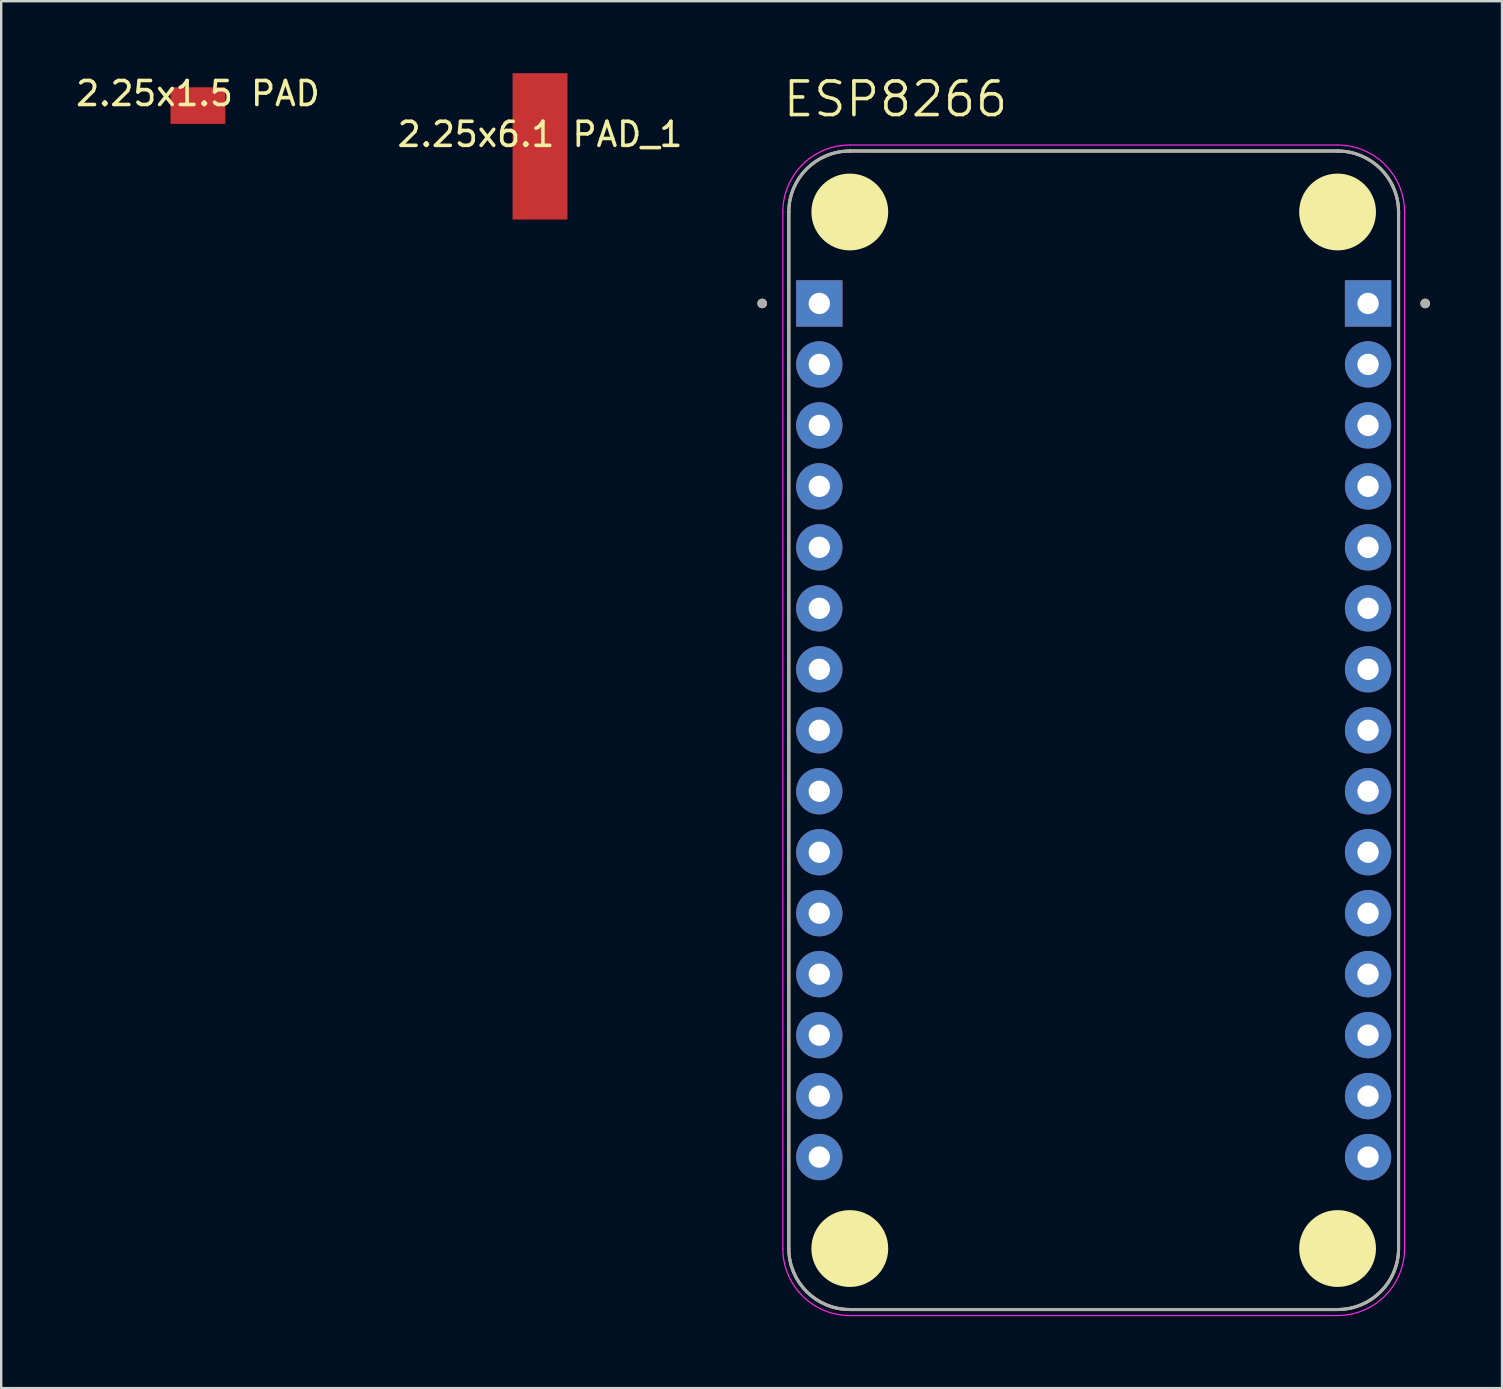
<source format=kicad_pcb>
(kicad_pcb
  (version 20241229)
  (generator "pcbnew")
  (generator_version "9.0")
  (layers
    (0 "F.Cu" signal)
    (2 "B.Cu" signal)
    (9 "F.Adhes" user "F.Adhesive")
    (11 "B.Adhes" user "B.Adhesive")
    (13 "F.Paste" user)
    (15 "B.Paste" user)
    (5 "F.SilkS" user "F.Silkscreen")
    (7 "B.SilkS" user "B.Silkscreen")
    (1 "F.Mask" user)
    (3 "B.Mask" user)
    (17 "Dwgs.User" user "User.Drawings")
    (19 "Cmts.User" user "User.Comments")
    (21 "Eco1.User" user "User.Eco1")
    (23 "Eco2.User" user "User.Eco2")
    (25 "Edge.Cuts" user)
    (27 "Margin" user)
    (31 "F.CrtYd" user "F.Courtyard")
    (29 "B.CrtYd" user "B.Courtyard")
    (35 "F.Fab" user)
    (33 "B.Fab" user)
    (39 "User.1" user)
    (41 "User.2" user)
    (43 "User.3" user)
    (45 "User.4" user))
  (footprint "2.25x6.1 PAD_1"
    (layer "F.Cu")
    (at 19.446 3.048)
    (property "Reference" "2.25x6.1 PAD_1" (at 0 -0.5 0) (unlocked yes) (layer "F.SilkS") (effects (font (size 1 1) (thickness 0.15))))
    (attr smd)
    (pad "" smd rect (at 0 0) (size 2.286 6.096) (layers "F.Cu" "F.Mask" "F.Paste")))
  (footprint "2.25x1.5 PAD"
    (layer "F.Cu")
    (at 5.196 1.348)
    (property "Reference" "2.25x1.5 PAD" (at 0 -0.5 0) (unlocked yes) (layer "F.SilkS") (effects (font (size 1 1) (thickness 0.15))))
    (attr smd)
    (pad "" smd rect (at 0 0) (size 2.286 1.524) (layers "F.Cu" "F.Mask" "F.Paste")))
  (footprint "ESP8266"
    (layer "F.Cu")
    (at 42.51 27.371)
    (property "Reference" "ESP8266" (at -8.255 -26.289 0) (layer "F.SilkS") (effects (font (size 1.4 1.4) (thickness 0.15))))
    (attr through_hole)
    (fp_line (start -12.7 21.59) (end -12.7 -21.59) (stroke (width 0.127) (type solid)) (layer "F.SilkS"))
    (fp_line (start -10.16 -24.13) (end 10.16 -24.13) (stroke (width 0.127) (type solid)) (layer "F.SilkS"))
    (fp_line (start 10.16 24.13) (end -10.16 24.13) (stroke (width 0.127) (type solid)) (layer "F.SilkS"))
    (fp_line (start 12.7 -21.59) (end 12.7 21.59) (stroke (width 0.127) (type solid)) (layer "F.SilkS"))
    (fp_arc (start -12.7 -21.59) (mid -11.956051 -23.386051) (end -10.16 -24.13) (stroke (width 0.127) (type solid)) (layer "F.SilkS"))
    (fp_arc (start -10.16 24.13) (mid -11.956051 23.386051) (end -12.7 21.59) (stroke (width 0.127) (type solid)) (layer "F.SilkS"))
    (fp_arc (start 10.16 -24.13) (mid 11.956051 -23.386051) (end 12.7 -21.59) (stroke (width 0.127) (type solid)) (layer "F.SilkS"))
    (fp_arc (start 12.7 21.59) (mid 11.956051 23.386051) (end 10.16 24.13) (stroke (width 0.127) (type solid)) (layer "F.SilkS"))
    (fp_circle (center -13.81 -17.78) (end -13.71 -17.78) (stroke (width 0.2) (type solid)) (fill no) (layer "F.SilkS"))
    (fp_circle (center 13.81 -17.78) (end 13.91 -17.78) (stroke (width 0.2) (type solid)) (fill no) (layer "F.SilkS"))
    (fp_line (start -12.95 21.59) (end -12.95 -21.59) (stroke (width 0.05) (type solid)) (layer "F.CrtYd"))
    (fp_line (start -10.16 -24.38) (end 10.16 -24.38) (stroke (width 0.05) (type solid)) (layer "F.CrtYd"))
    (fp_line (start 10.16 24.38) (end -10.16 24.38) (stroke (width 0.05) (type solid)) (layer "F.CrtYd"))
    (fp_line (start 12.95 -21.59) (end 12.95 21.59) (stroke (width 0.05) (type solid)) (layer "F.CrtYd"))
    (fp_arc (start -12.95 -21.59) (mid -12.132828 -23.562828) (end -10.16 -24.38) (stroke (width 0.05) (type solid)) (layer "F.CrtYd"))
    (fp_arc (start -10.16 24.38) (mid -12.132828 23.562828) (end -12.95 21.59) (stroke (width 0.05) (type solid)) (layer "F.CrtYd"))
    (fp_arc (start 10.16 -24.38) (mid 12.132828 -23.562828) (end 12.95 -21.59) (stroke (width 0.05) (type solid)) (layer "F.CrtYd"))
    (fp_arc (start 12.95 21.59) (mid 12.132828 23.562828) (end 10.16 24.38) (stroke (width 0.05) (type solid)) (layer "F.CrtYd"))
    (fp_line (start -12.7 21.59) (end -12.7 -21.59) (stroke (width 0.127) (type solid)) (layer "F.Fab"))
    (fp_line (start -10.16 -24.13) (end 10.16 -24.13) (stroke (width 0.127) (type solid)) (layer "F.Fab"))
    (fp_line (start 10.16 24.13) (end -10.16 24.13) (stroke (width 0.127) (type solid)) (layer "F.Fab"))
    (fp_line (start 12.7 -21.59) (end 12.7 21.59) (stroke (width 0.127) (type solid)) (layer "F.Fab"))
    (fp_arc (start -12.7 -21.59) (mid -11.956051 -23.386051) (end -10.16 -24.13) (stroke (width 0.127) (type solid)) (layer "F.Fab"))
    (fp_arc (start -10.16 24.13) (mid -11.956051 23.386051) (end -12.7 21.59) (stroke (width 0.127) (type solid)) (layer "F.Fab"))
    (fp_arc (start 10.16 -24.13) (mid 11.956051 -23.386051) (end 12.7 -21.59) (stroke (width 0.127) (type solid)) (layer "F.Fab"))
    (fp_arc (start 12.7 21.59) (mid 11.956051 23.386051) (end 10.16 24.13) (stroke (width 0.127) (type solid)) (layer "F.Fab"))
    (fp_circle (center -13.81 -17.78) (end -13.71 -17.78) (stroke (width 0.2) (type solid)) (fill no) (layer "F.Fab"))
    (fp_circle (center 13.81 -17.78) (end 13.91 -17.78) (stroke (width 0.2) (type solid)) (fill no) (layer "F.Fab"))
    (pad "" smd circle (at -10.16 -21.59) (size 3.2 3.2) (layers "F.SilkS"))
    (pad "" smd circle (at -10.16 21.59) (size 3.2 3.2) (layers "F.SilkS"))
    (pad "" smd circle (at 10.16 -21.59) (size 3.2 3.2) (layers "F.SilkS"))
    (pad "" smd circle (at 10.16 21.59) (size 3.2 3.2) (layers "F.SilkS"))
    (pad "J1_1" thru_hole rect (at -11.43 -17.78) (size 1.93 1.93) (drill 0.889) (layers "*.Cu" "*.Mask"))
    (pad "J1_2" thru_hole circle (at -11.43 -15.24) (size 1.93 1.93) (drill 0.889) (layers "*.Cu" "*.Mask"))
    (pad "J1_3" thru_hole circle (at -11.43 -12.7) (size 1.93 1.93) (drill 0.889) (layers "*.Cu" "*.Mask"))
    (pad "J1_4" thru_hole circle (at -11.43 -10.16) (size 1.93 1.93) (drill 0.889) (layers "*.Cu" "*.Mask"))
    (pad "J1_5" thru_hole circle (at -11.43 -7.62) (size 1.93 1.93) (drill 0.889) (layers "*.Cu" "*.Mask"))
    (pad "J1_6" thru_hole circle (at -11.43 -5.08) (size 1.93 1.93) (drill 0.889) (layers "*.Cu" "*.Mask"))
    (pad "J1_7" thru_hole circle (at -11.43 -2.54) (size 1.93 1.93) (drill 0.889) (layers "*.Cu" "*.Mask"))
    (pad "J1_8" thru_hole circle (at -11.43 0) (size 1.93 1.93) (drill 0.889) (layers "*.Cu" "*.Mask"))
    (pad "J1_9" thru_hole circle (at -11.43 2.54) (size 1.93 1.93) (drill 0.889) (layers "*.Cu" "*.Mask"))
    (pad "J1_10" thru_hole circle (at -11.43 5.08) (size 1.93 1.93) (drill 0.889) (layers "*.Cu" "*.Mask"))
    (pad "J1_11" thru_hole circle (at -11.43 7.62) (size 1.93 1.93) (drill 0.889) (layers "*.Cu" "*.Mask"))
    (pad "J1_12" thru_hole circle (at -11.43 10.16) (size 1.93 1.93) (drill 0.889) (layers "*.Cu" "*.Mask"))
    (pad "J1_13" thru_hole circle (at -11.43 12.7) (size 1.93 1.93) (drill 0.889) (layers "*.Cu" "*.Mask"))
    (pad "J1_14" thru_hole circle (at -11.43 15.24) (size 1.93 1.93) (drill 0.889) (layers "*.Cu" "*.Mask"))
    (pad "J1_15" thru_hole circle (at -11.43 17.78) (size 1.93 1.93) (drill 0.889) (layers "*.Cu" "*.Mask"))
    (pad "J2_1" thru_hole rect (at 11.43 -17.78) (size 1.93 1.93) (drill 0.889) (layers "*.Cu" "*.Mask"))
    (pad "J2_2" thru_hole circle (at 11.43 -15.24) (size 1.93 1.93) (drill 0.889) (layers "*.Cu" "*.Mask"))
    (pad "J2_3" thru_hole circle (at 11.43 -12.7) (size 1.93 1.93) (drill 0.889) (layers "*.Cu" "*.Mask"))
    (pad "J2_4" thru_hole circle (at 11.43 -10.16) (size 1.93 1.93) (drill 0.889) (layers "*.Cu" "*.Mask"))
    (pad "J2_5" thru_hole circle (at 11.43 -7.62) (size 1.93 1.93) (drill 0.889) (layers "*.Cu" "*.Mask"))
    (pad "J2_6" thru_hole circle (at 11.43 -5.08) (size 1.93 1.93) (drill 0.889) (layers "*.Cu" "*.Mask"))
    (pad "J2_7" thru_hole circle (at 11.43 -2.54) (size 1.93 1.93) (drill 0.889) (layers "*.Cu" "*.Mask"))
    (pad "J2_8" thru_hole circle (at 11.43 0) (size 1.93 1.93) (drill 0.889) (layers "*.Cu" "*.Mask"))
    (pad "J2_9" thru_hole circle (at 11.43 2.54) (size 1.93 1.93) (drill 0.889) (layers "*.Cu" "*.Mask"))
    (pad "J2_10" thru_hole circle (at 11.43 5.08) (size 1.93 1.93) (drill 0.889) (layers "*.Cu" "*.Mask"))
    (pad "J2_11" thru_hole circle (at 11.43 7.62) (size 1.93 1.93) (drill 0.889) (layers "*.Cu" "*.Mask"))
    (pad "J2_12" thru_hole circle (at 11.43 10.16) (size 1.93 1.93) (drill 0.889) (layers "*.Cu" "*.Mask"))
    (pad "J2_13" thru_hole circle (at 11.43 12.7) (size 1.93 1.93) (drill 0.889) (layers "*.Cu" "*.Mask"))
    (pad "J2_14" thru_hole circle (at 11.43 15.24) (size 1.93 1.93) (drill 0.889) (layers "*.Cu" "*.Mask"))
    (pad "J2_15" thru_hole circle (at 11.43 17.78) (size 1.93 1.93) (drill 0.889) (layers "*.Cu" "*.Mask")))
  (gr_rect
    (start -3 -3)
    (end 59.52 54.776)
    (stroke (width 0.1) (type default))
    (fill no)
    (layer "Edge.Cuts")))
</source>
